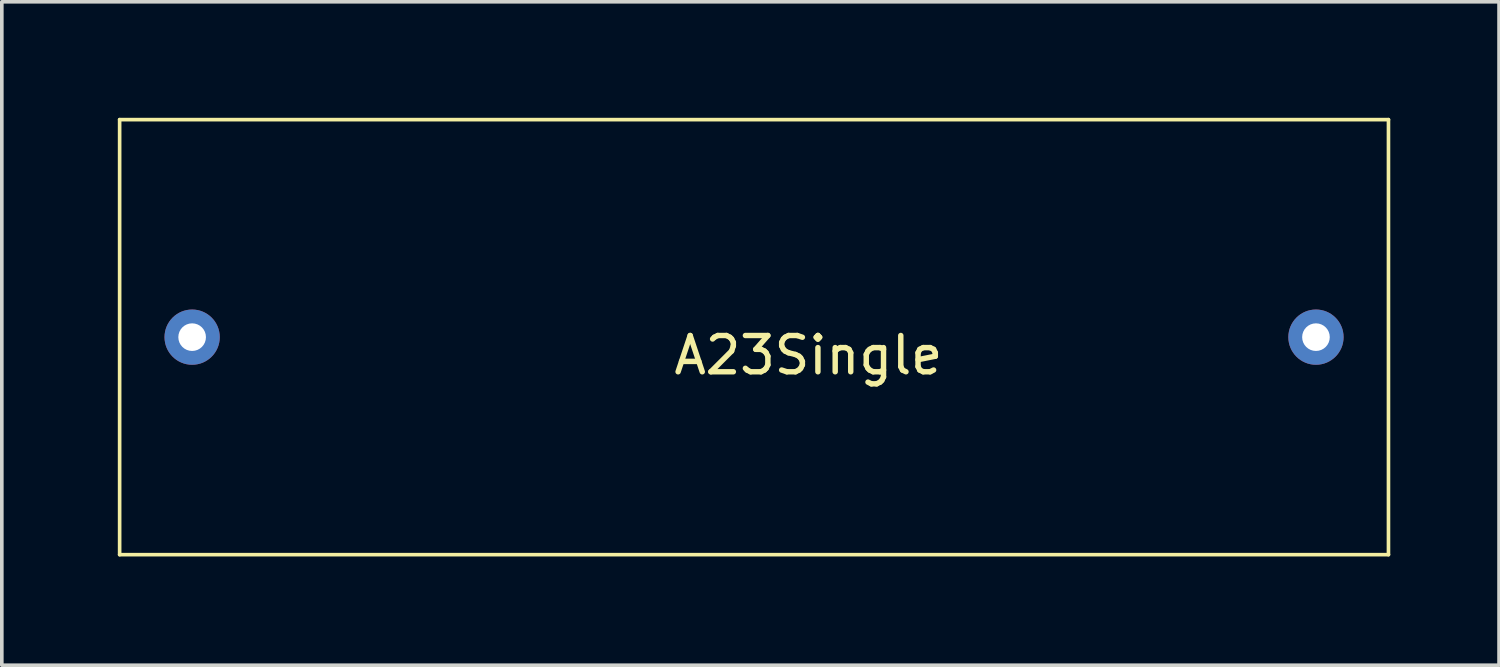
<source format=kicad_pcb>
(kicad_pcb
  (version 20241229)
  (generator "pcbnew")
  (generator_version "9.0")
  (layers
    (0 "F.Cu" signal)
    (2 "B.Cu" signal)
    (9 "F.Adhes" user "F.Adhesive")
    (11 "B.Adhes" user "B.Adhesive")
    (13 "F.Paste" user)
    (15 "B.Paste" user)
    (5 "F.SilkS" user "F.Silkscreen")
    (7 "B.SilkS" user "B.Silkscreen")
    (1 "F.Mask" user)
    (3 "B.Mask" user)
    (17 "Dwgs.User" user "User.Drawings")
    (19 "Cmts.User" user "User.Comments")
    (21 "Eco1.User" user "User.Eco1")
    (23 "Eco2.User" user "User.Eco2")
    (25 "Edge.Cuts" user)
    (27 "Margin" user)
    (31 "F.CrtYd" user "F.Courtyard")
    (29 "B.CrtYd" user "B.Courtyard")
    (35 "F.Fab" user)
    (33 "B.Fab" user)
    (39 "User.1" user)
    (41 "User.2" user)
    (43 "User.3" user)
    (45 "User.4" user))
  (footprint "A23Single"
    (layer "F.Cu")
    (at 0.25 0.25)
    (property "Reference" "A23Single" (at 19 6.5 0) (layer "F.SilkS") (effects (font (size 1 1) (thickness 0.15))))
    (attr through_hole)
    (fp_line (start 0 0) (end 0 12) (stroke (width 0.1) (type solid)) (layer "F.SilkS"))
    (fp_line (start 0 0) (end 35 0) (stroke (width 0.1) (type solid)) (layer "F.SilkS"))
    (fp_line (start 0 12) (end 35 12) (stroke (width 0.1) (type solid)) (layer "F.SilkS"))
    (fp_line (start 35 0) (end 35 12) (stroke (width 0.1) (type solid)) (layer "F.SilkS"))
    (pad "1" thru_hole circle (at 2 6) (size 1.524 1.524) (drill 0.762) (layers "*.Cu" "*.Mask"))
    (pad "2" thru_hole circle (at 33 6) (size 1.524 1.524) (drill 0.762) (layers "*.Cu" "*.Mask")))
  (gr_rect
    (start -3 -3)
    (end 38.3 15.3)
    (stroke (width 0.1) (type default))
    (fill no)
    (layer "Edge.Cuts")))
</source>
